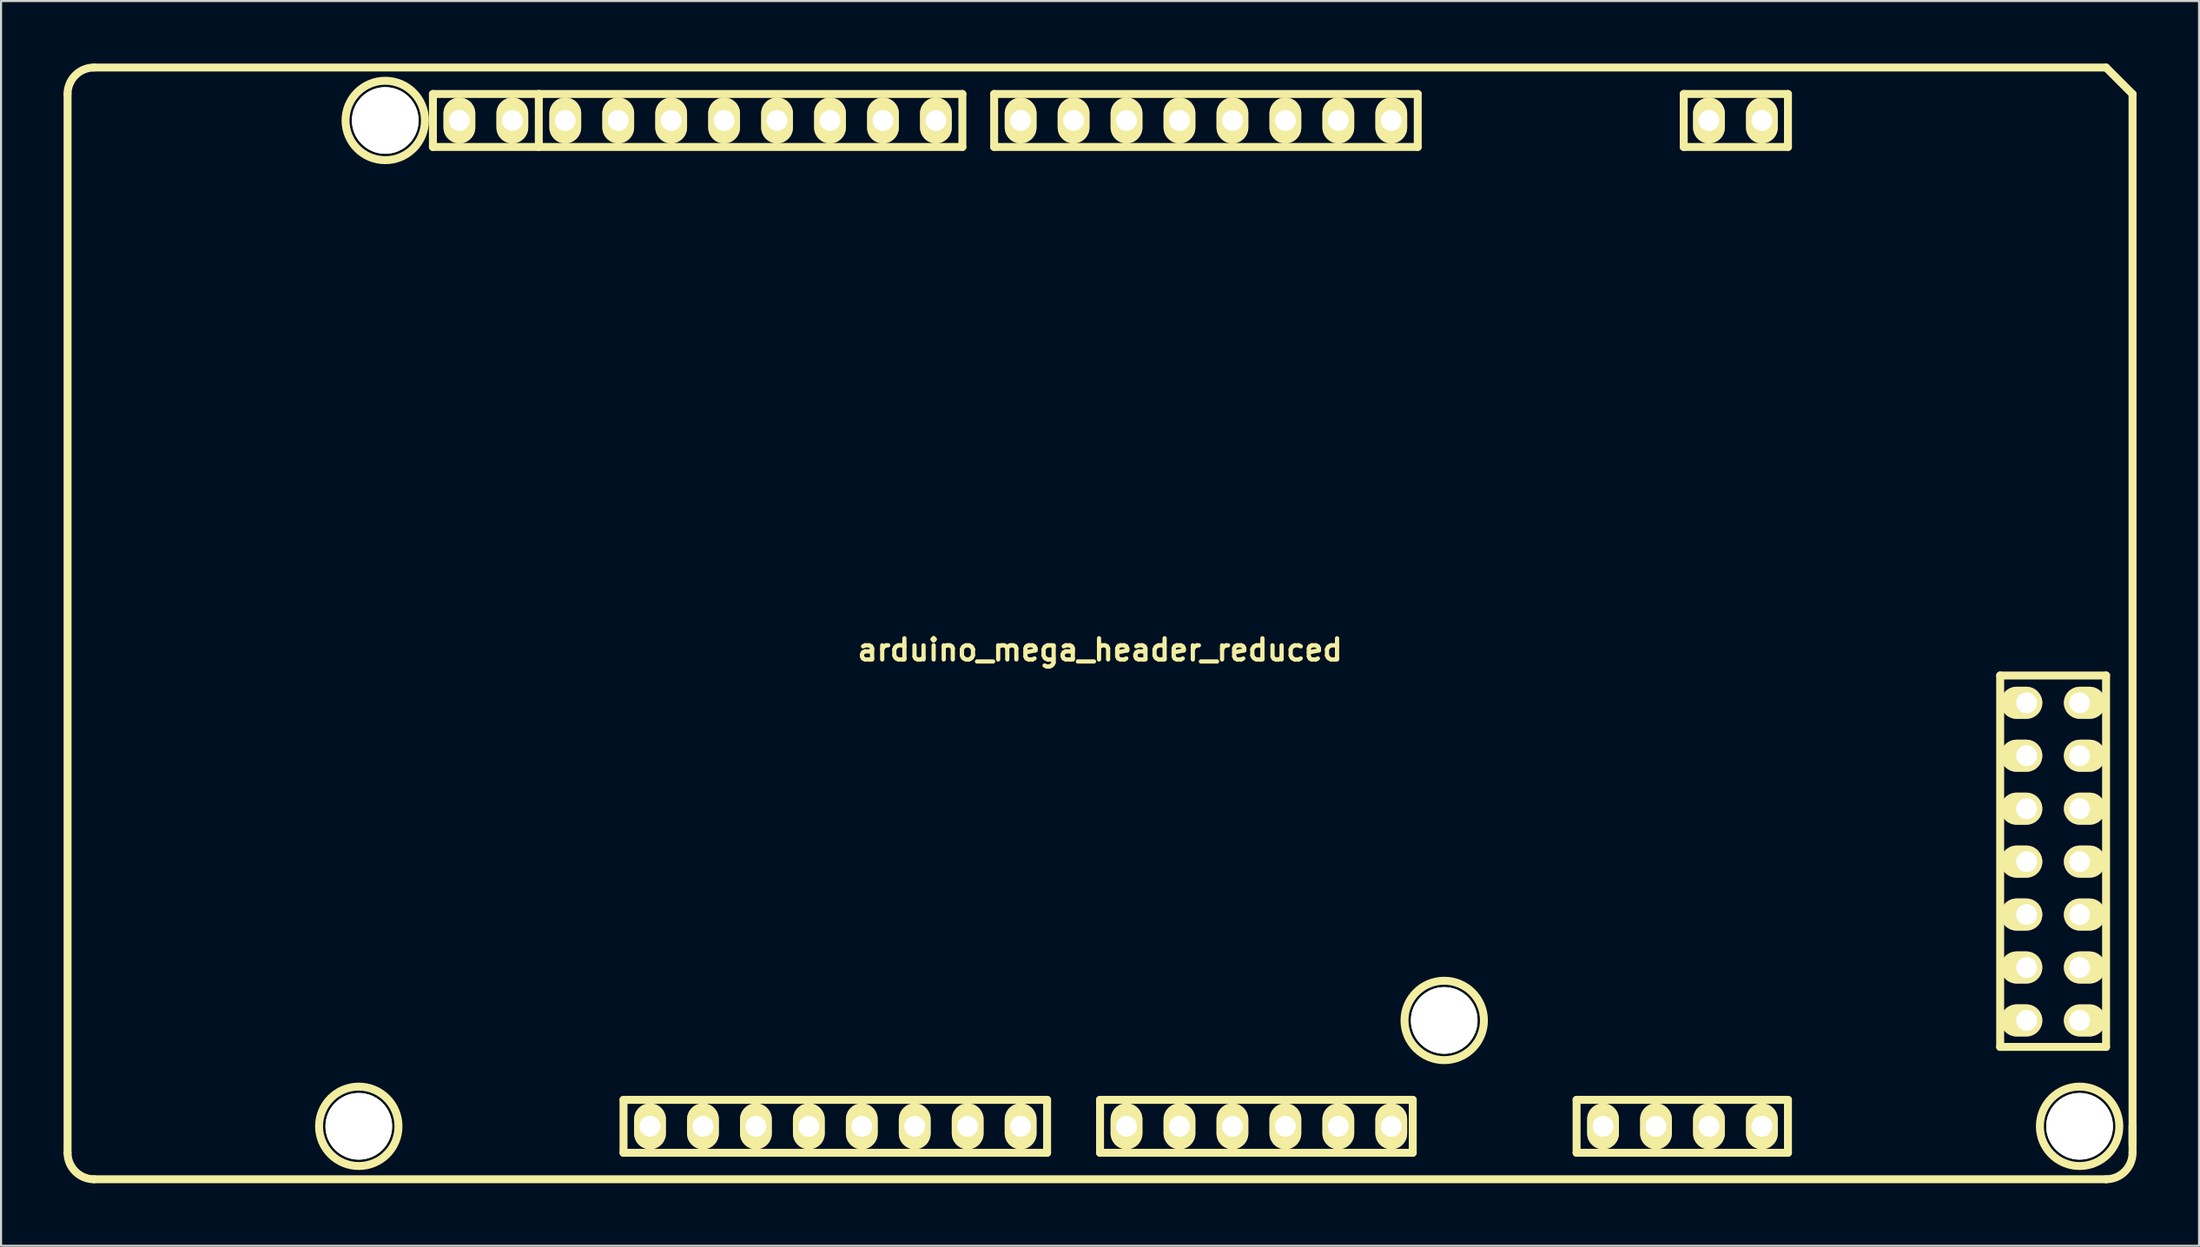
<source format=kicad_pcb>
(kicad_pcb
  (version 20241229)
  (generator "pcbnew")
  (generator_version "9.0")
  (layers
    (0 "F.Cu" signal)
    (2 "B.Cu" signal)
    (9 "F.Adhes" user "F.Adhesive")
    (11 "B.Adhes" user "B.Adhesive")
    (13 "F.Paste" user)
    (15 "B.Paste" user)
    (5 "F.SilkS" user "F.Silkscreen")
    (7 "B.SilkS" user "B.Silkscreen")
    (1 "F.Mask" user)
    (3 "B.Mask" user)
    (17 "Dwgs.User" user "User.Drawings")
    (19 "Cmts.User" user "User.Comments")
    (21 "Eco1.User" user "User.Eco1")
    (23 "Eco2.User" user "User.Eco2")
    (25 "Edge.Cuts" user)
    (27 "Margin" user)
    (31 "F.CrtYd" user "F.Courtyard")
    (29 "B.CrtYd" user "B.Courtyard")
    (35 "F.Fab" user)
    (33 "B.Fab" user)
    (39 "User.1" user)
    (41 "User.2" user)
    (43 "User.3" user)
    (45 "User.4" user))
  (footprint "arduino_mega_header_reduced"
    (layer "F.Cu")
    (at 49.721 26.86)
    (property "Reference" "arduino_mega_header_reduced" (at 0 1.27 0) (layer "F.SilkS") (effects (font (size 1.016 1.016) (thickness 0.203))))
    (attr through_hole)
    (fp_line (start -49.53 25.4) (end -49.53 -25.4) (stroke (width 0.381) (type solid)) (layer "F.SilkS"))
    (fp_line (start -48.26 -26.67) (end 48.26 -26.67) (stroke (width 0.381) (type solid)) (layer "F.SilkS"))
    (fp_line (start -48.26 26.67) (end 48.26 26.67) (stroke (width 0.381) (type solid)) (layer "F.SilkS"))
    (fp_line (start -32.004 -25.4) (end -32.004 -22.86) (stroke (width 0.381) (type solid)) (layer "F.SilkS"))
    (fp_line (start -32.004 -22.86) (end -26.924 -22.86) (stroke (width 0.381) (type solid)) (layer "F.SilkS"))
    (fp_line (start -26.924 -25.4) (end -32.004 -25.4) (stroke (width 0.381) (type solid)) (layer "F.SilkS"))
    (fp_line (start -26.924 -22.86) (end -26.924 -25.4) (stroke (width 0.381) (type solid)) (layer "F.SilkS"))
    (fp_line (start -22.86 25.4) (end -22.86 22.86) (stroke (width 0.381) (type solid)) (layer "F.SilkS"))
    (fp_line (start -22.86 25.4) (end -2.54 25.4) (stroke (width 0.381) (type solid)) (layer "F.SilkS"))
    (fp_line (start -6.604 -25.4) (end -26.924 -25.4) (stroke (width 0.381) (type solid)) (layer "F.SilkS"))
    (fp_line (start -6.604 -22.86) (end -26.924 -22.86) (stroke (width 0.381) (type solid)) (layer "F.SilkS"))
    (fp_line (start -6.604 -22.86) (end -6.604 -25.4) (stroke (width 0.381) (type solid)) (layer "F.SilkS"))
    (fp_line (start -5.08 -25.4) (end 15.24 -25.4) (stroke (width 0.381) (type solid)) (layer "F.SilkS"))
    (fp_line (start -5.08 -22.86) (end -5.08 -25.4) (stroke (width 0.381) (type solid)) (layer "F.SilkS"))
    (fp_line (start -2.54 22.86) (end -22.86 22.86) (stroke (width 0.381) (type solid)) (layer "F.SilkS"))
    (fp_line (start -2.54 22.86) (end -2.54 25.4) (stroke (width 0.381) (type solid)) (layer "F.SilkS"))
    (fp_line (start 0 22.86) (end 0 25.4) (stroke (width 0.381) (type solid)) (layer "F.SilkS"))
    (fp_line (start 0 25.4) (end 15 25.4) (stroke (width 0.381) (type solid)) (layer "F.SilkS"))
    (fp_line (start 15 22.86) (end 0 22.86) (stroke (width 0.381) (type solid)) (layer "F.SilkS"))
    (fp_line (start 15 25.4) (end 15 22.86) (stroke (width 0.381) (type solid)) (layer "F.SilkS"))
    (fp_line (start 15.24 -25.4) (end 15.24 -22.86) (stroke (width 0.381) (type solid)) (layer "F.SilkS"))
    (fp_line (start 15.24 -22.86) (end -5.08 -22.86) (stroke (width 0.381) (type solid)) (layer "F.SilkS"))
    (fp_line (start 22.86 22.86) (end 33 22.86) (stroke (width 0.381) (type solid)) (layer "F.SilkS"))
    (fp_line (start 22.86 25.4) (end 22.86 22.86) (stroke (width 0.381) (type solid)) (layer "F.SilkS"))
    (fp_line (start 28 -25.4) (end 28 -22.86) (stroke (width 0.381) (type solid)) (layer "F.SilkS"))
    (fp_line (start 28 -22.86) (end 33 -22.86) (stroke (width 0.381) (type solid)) (layer "F.SilkS"))
    (fp_line (start 33 -25.4) (end 28 -25.4) (stroke (width 0.381) (type solid)) (layer "F.SilkS"))
    (fp_line (start 33 -22.86) (end 33 -25.4) (stroke (width 0.381) (type solid)) (layer "F.SilkS"))
    (fp_line (start 33 22.86) (end 33 25.4) (stroke (width 0.381) (type solid)) (layer "F.SilkS"))
    (fp_line (start 33 25.4) (end 22.86 25.4) (stroke (width 0.381) (type solid)) (layer "F.SilkS"))
    (fp_line (start 43.18 2.5) (end 43.18 20.32) (stroke (width 0.381) (type solid)) (layer "F.SilkS"))
    (fp_line (start 43.18 20.32) (end 48.26 20.32) (stroke (width 0.381) (type solid)) (layer "F.SilkS"))
    (fp_line (start 48.26 -26.67) (end 49.53 -25.4) (stroke (width 0.381) (type solid)) (layer "F.SilkS"))
    (fp_line (start 48.26 2.5) (end 43.18 2.5) (stroke (width 0.381) (type solid)) (layer "F.SilkS"))
    (fp_line (start 48.26 20.32) (end 48.26 2.5) (stroke (width 0.381) (type solid)) (layer "F.SilkS"))
    (fp_line (start 49.53 -25.4) (end 49.53 25) (stroke (width 0.381) (type solid)) (layer "F.SilkS"))
    (fp_line (start 49.53 24.13) (end 49.53 25.4) (stroke (width 0.381) (type solid)) (layer "F.SilkS"))
    (fp_arc (start -49.53 -25.4) (mid -49.158026 -26.298026) (end -48.26 -26.67) (stroke (width 0.381) (type solid)) (layer "F.SilkS"))
    (fp_arc (start -48.26 26.67) (mid -49.158026 26.298026) (end -49.53 25.4) (stroke (width 0.381) (type solid)) (layer "F.SilkS"))
    (fp_arc (start 49.53 25.4) (mid 49.158026 26.298026) (end 48.26 26.67) (stroke (width 0.381) (type solid)) (layer "F.SilkS"))
    (fp_circle (center -35.56 24.13) (end -33.655 24.13) (stroke (width 0.381) (type solid)) (fill no) (layer "F.SilkS"))
    (fp_circle (center -34.29 -24.13) (end -32.385 -24.13) (stroke (width 0.381) (type solid)) (fill no) (layer "F.SilkS"))
    (fp_circle (center 16.51 19.05) (end 18.415 19.05) (stroke (width 0.381) (type solid)) (fill no) (layer "F.SilkS"))
    (fp_circle (center 46.99 24.13) (end 48.895 24.13) (stroke (width 0.381) (type solid)) (fill no) (layer "F.SilkS"))
    (pad "" np_thru_hole circle (at -35.56 24.13) (size 3.198 3.198) (drill 3.198) (layers "*.Cu" "*.Mask" "F.SilkS"))
    (pad "" np_thru_hole circle (at -34.29 -24.13) (size 3.198 3.198) (drill 3.198) (layers "*.Cu" "*.Mask" "F.SilkS"))
    (pad "" np_thru_hole circle (at 16.51 19.05) (size 3.198 3.198) (drill 3.198) (layers "*.Cu" "*.Mask" "F.SilkS"))
    (pad "" np_thru_hole circle (at 46.99 24.13) (size 3.198 3.198) (drill 3.198) (layers "*.Cu" "*.Mask" "F.SilkS"))
    (pad "1" thru_hole oval (at -21.59 24.13) (size 1.524 2.2) (drill 1.001) (layers "*.Cu" "*.Mask" "F.SilkS"))
    (pad "2" thru_hole oval (at -19.05 24.13) (size 1.524 2.2) (drill 1.001) (layers "*.Cu" "*.Mask" "F.SilkS"))
    (pad "3" thru_hole oval (at -16.51 24.13) (size 1.524 2.2) (drill 1.001) (layers "*.Cu" "*.Mask" "F.SilkS"))
    (pad "4" thru_hole oval (at -13.97 24.13) (size 1.524 2.2) (drill 1.001) (layers "*.Cu" "*.Mask" "F.SilkS"))
    (pad "5" thru_hole oval (at -11.43 24.13) (size 1.524 2.2) (drill 1.001) (layers "*.Cu" "*.Mask" "F.SilkS"))
    (pad "6" thru_hole oval (at -8.89 24.13) (size 1.524 2.2) (drill 1.001) (layers "*.Cu" "*.Mask" "F.SilkS"))
    (pad "7" thru_hole oval (at -6.35 24.13) (size 1.524 2.2) (drill 1.001) (layers "*.Cu" "*.Mask" "F.SilkS"))
    (pad "8" thru_hole oval (at -3.81 24.13) (size 1.524 2.2) (drill 1.001) (layers "*.Cu" "*.Mask" "F.SilkS"))
    (pad "9" thru_hole oval (at 1.27 24.13) (size 1.524 2.2) (drill 1.001) (layers "*.Cu" "*.Mask" "F.SilkS"))
    (pad "10" thru_hole oval (at 3.81 24.13) (size 1.524 2.2) (drill 1.001) (layers "*.Cu" "*.Mask" "F.SilkS"))
    (pad "11" thru_hole oval (at 6.35 24.13) (size 1.524 2.2) (drill 1.001) (layers "*.Cu" "*.Mask" "F.SilkS"))
    (pad "12" thru_hole oval (at 8.89 24.13) (size 1.524 2.2) (drill 1.001) (layers "*.Cu" "*.Mask" "F.SilkS"))
    (pad "13" thru_hole oval (at 11.43 24.13) (size 1.524 2.2) (drill 1.001) (layers "*.Cu" "*.Mask" "F.SilkS"))
    (pad "14" thru_hole oval (at 13.97 24.13) (size 1.524 2.2) (drill 1.001) (layers "*.Cu" "*.Mask" "F.SilkS"))
    (pad "17" thru_hole oval (at 24.13 24.13) (size 1.524 2.2) (drill 1.001) (layers "*.Cu" "*.Mask" "F.SilkS"))
    (pad "18" thru_hole oval (at 26.67 24.13) (size 1.524 2.2) (drill 1.001) (layers "*.Cu" "*.Mask" "F.SilkS"))
    (pad "19" thru_hole oval (at 29.21 24.13) (size 1.524 2.2) (drill 1.001) (layers "*.Cu" "*.Mask" "F.SilkS"))
    (pad "20" thru_hole oval (at 31.75 24.13) (size 1.524 2.197) (drill 1.001) (layers "*.Cu" "*.Mask" "F.SilkS"))
    (pad "25" thru_hole oval (at 44.45 19.05) (size 1.999 1.539) (drill 1.001 (offset -0.249 0)) (layers "*.Cu" "*.Mask" "F.SilkS"))
    (pad "26" thru_hole oval (at 44.45 16.51) (size 1.999 1.539) (drill 1.001 (offset -0.249 0)) (layers "*.Cu" "*.Mask" "F.SilkS"))
    (pad "27" thru_hole oval (at 44.45 13.97) (size 1.999 1.539) (drill 1.001 (offset -0.249 0)) (layers "*.Cu" "*.Mask" "F.SilkS"))
    (pad "28" thru_hole oval (at 44.45 11.43) (size 1.999 1.539) (drill 1.001 (offset -0.249 0)) (layers "*.Cu" "*.Mask" "F.SilkS"))
    (pad "29" thru_hole oval (at 44.45 8.89) (size 1.999 1.539) (drill 1.001 (offset -0.249 0)) (layers "*.Cu" "*.Mask" "F.SilkS"))
    (pad "30" thru_hole oval (at 44.45 6.35) (size 1.999 1.539) (drill 1.001 (offset -0.249 0)) (layers "*.Cu" "*.Mask" "F.SilkS"))
    (pad "31" thru_hole oval (at 44.45 3.81) (size 1.999 1.539) (drill 1.001 (offset -0.249 0)) (layers "*.Cu" "*.Mask" "F.SilkS"))
    (pad "43" thru_hole oval (at 46.99 19.05) (size 1.999 1.537) (drill 1.001 (offset 0.246 0)) (layers "*.Cu" "*.Mask" "F.SilkS"))
    (pad "44" thru_hole oval (at 46.99 16.51) (size 1.999 1.537) (drill 1.001 (offset 0.246 0)) (layers "*.Cu" "*.Mask" "F.SilkS"))
    (pad "45" thru_hole oval (at 46.99 13.97) (size 1.999 1.537) (drill 1.001 (offset 0.246 0)) (layers "*.Cu" "*.Mask" "F.SilkS"))
    (pad "46" thru_hole oval (at 46.99 11.43) (size 1.999 1.537) (drill 1.001 (offset 0.246 0)) (layers "*.Cu" "*.Mask" "F.SilkS"))
    (pad "47" thru_hole oval (at 46.99 8.89) (size 1.999 1.537) (drill 1.001 (offset 0.246 0)) (layers "*.Cu" "*.Mask" "F.SilkS"))
    (pad "48" thru_hole oval (at 46.99 6.35) (size 1.999 1.537) (drill 1.001 (offset 0.246 0)) (layers "*.Cu" "*.Mask" "F.SilkS"))
    (pad "49" thru_hole oval (at 46.99 3.81) (size 1.999 1.537) (drill 1.001 (offset 0.246 0)) (layers "*.Cu" "*.Mask" "F.SilkS"))
    (pad "63" thru_hole oval (at 31.75 -24.13) (size 1.524 2.197) (drill 1.001) (layers "*.Cu" "*.Mask" "F.SilkS"))
    (pad "64" thru_hole oval (at 29.21 -24.13) (size 1.524 2.197) (drill 1.001) (layers "*.Cu" "*.Mask" "F.SilkS"))
    (pad "69" thru_hole oval (at 13.97 -24.13) (size 1.524 2.197) (drill 1.001) (layers "*.Cu" "*.Mask" "F.SilkS"))
    (pad "70" thru_hole oval (at 11.43 -24.13) (size 1.524 2.197) (drill 1.001) (layers "*.Cu" "*.Mask" "F.SilkS"))
    (pad "71" thru_hole oval (at 8.89 -24.13) (size 1.524 2.197) (drill 1.001) (layers "*.Cu" "*.Mask" "F.SilkS"))
    (pad "72" thru_hole oval (at 6.35 -24.13) (size 1.524 2.197) (drill 1.001) (layers "*.Cu" "*.Mask" "F.SilkS"))
    (pad "73" thru_hole oval (at 3.81 -24.13) (size 1.524 2.197) (drill 1.001) (layers "*.Cu" "*.Mask" "F.SilkS"))
    (pad "74" thru_hole oval (at 1.27 -24.13) (size 1.524 2.197) (drill 1.001) (layers "*.Cu" "*.Mask" "F.SilkS"))
    (pad "75" thru_hole oval (at -1.27 -24.13) (size 1.524 2.197) (drill 1.001) (layers "*.Cu" "*.Mask" "F.SilkS"))
    (pad "76" thru_hole oval (at -3.81 -24.13) (size 1.524 2.197) (drill 1.001) (layers "*.Cu" "*.Mask" "F.SilkS"))
    (pad "77" thru_hole oval (at -7.874 -24.13) (size 1.524 2.197) (drill 1.001) (layers "*.Cu" "*.Mask" "F.SilkS"))
    (pad "78" thru_hole oval (at -10.414 -24.13) (size 1.524 2.197) (drill 1.001) (layers "*.Cu" "*.Mask" "F.SilkS"))
    (pad "79" thru_hole oval (at -12.954 -24.13) (size 1.524 2.197) (drill 1.001) (layers "*.Cu" "*.Mask" "F.SilkS"))
    (pad "80" thru_hole oval (at -15.494 -24.13) (size 1.524 2.197) (drill 1.001) (layers "*.Cu" "*.Mask" "F.SilkS"))
    (pad "81" thru_hole oval (at -18.034 -24.13) (size 1.524 2.197) (drill 1.001) (layers "*.Cu" "*.Mask" "F.SilkS"))
    (pad "82" thru_hole oval (at -20.574 -24.13) (size 1.524 2.197) (drill 1.001) (layers "*.Cu" "*.Mask" "F.SilkS"))
    (pad "83" thru_hole oval (at -23.114 -24.13) (size 1.524 2.197) (drill 1.001) (layers "*.Cu" "*.Mask" "F.SilkS"))
    (pad "84" thru_hole oval (at -25.654 -24.13) (size 1.524 2.197) (drill 1.001) (layers "*.Cu" "*.Mask" "F.SilkS"))
    (pad "85" thru_hole oval (at -28.194 -24.13) (size 1.524 2.197) (drill 1.001) (layers "*.Cu" "*.Mask" "F.SilkS"))
    (pad "86" thru_hole oval (at -30.734 -24.13) (size 1.524 2.197) (drill 1.001) (layers "*.Cu" "*.Mask" "F.SilkS")))
  (gr_rect
    (start -3 -3)
    (end 102.441 56.721)
    (stroke (width 0.1) (type default))
    (fill no)
    (layer "Edge.Cuts")))
</source>
